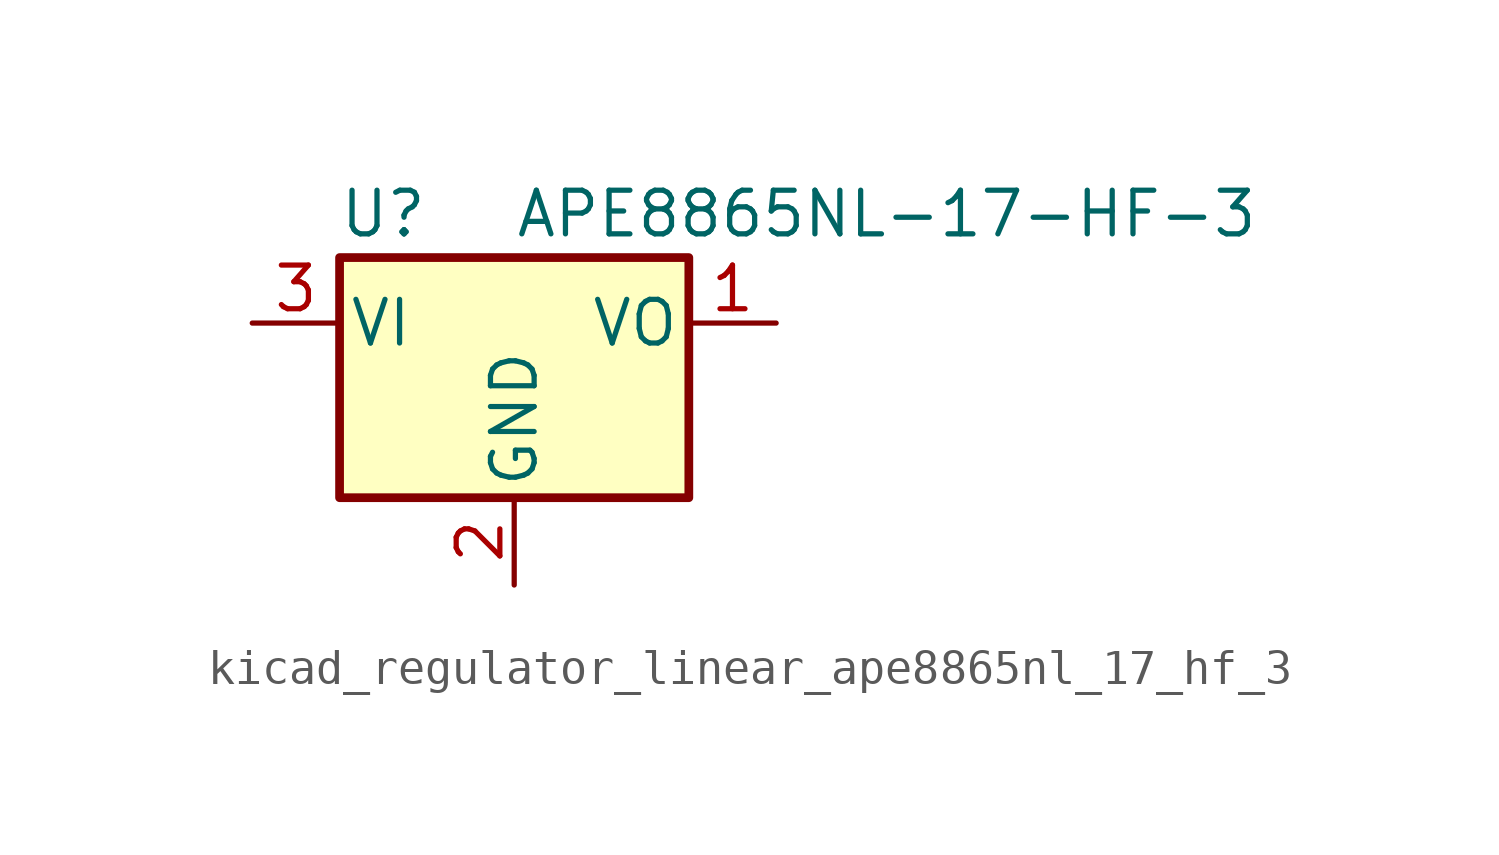
<source format=kicad_sym>
(kicad_symbol_lib
  (version 20220914)
  (generator kicad_symbol_editor)
  (symbol "kicad_regulator_linear_ape8865nl_17_hf_3"
    (pin_names
      (offset 0.254))
    (property "Reference" "U"
      (at -3.81 3.175 0)
      (effects (font (size 1.27 1.27))))
    (property "Value" "APE8865NL-17-HF-3"
      (at 0 3.175 0)
      (effects (font (size 1.27 1.27)) (justify left)))
    (symbol "kicad_regulator_linear_ape8865nl_17_hf_3_0_1"
      (rectangle (start -5.08 1.905) (end 5.08 -5.08) (stroke (width 0.254) (type default)) (fill (type background))))
    (symbol "kicad_regulator_linear_ape8865nl_17_hf_3_1_1"
      (pin power_out line (at 7.62 0 180) (length 2.54) (name "VO" (effects (font (size 1.27 1.27)))) (number "1" (effects (font (size 1.27 1.27)))))
      (pin power_in line (at 0 -7.62 90) (length 2.54) (name "GND" (effects (font (size 1.27 1.27)))) (number "2" (effects (font (size 1.27 1.27)))))
      (pin power_in line (at -7.62 0 0) (length 2.54) (name "VI" (effects (font (size 1.27 1.27)))) (number "3" (effects (font (size 1.27 1.27))))))))
</source>
